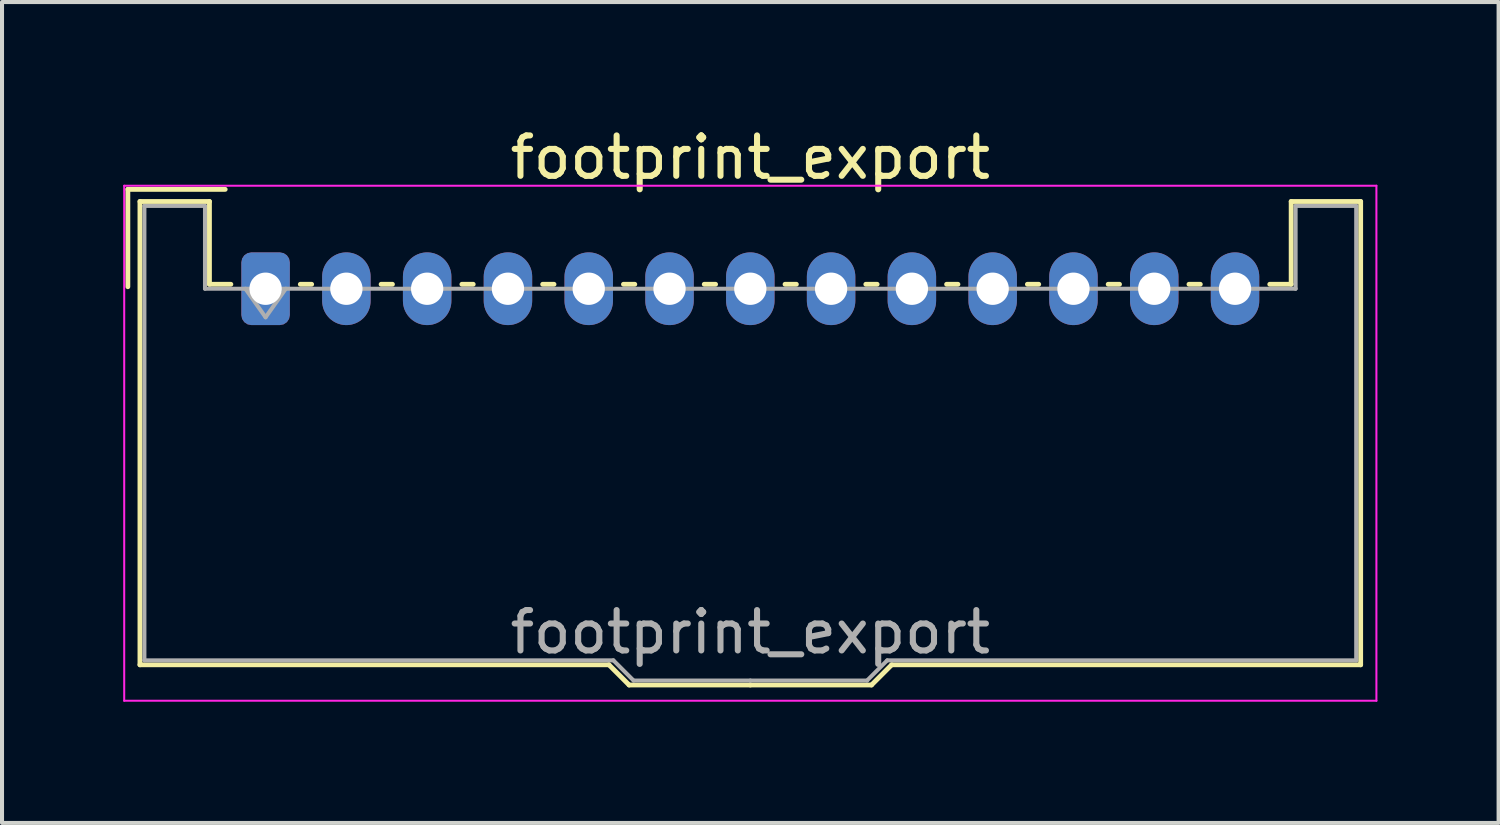
<source format=kicad_pcb>
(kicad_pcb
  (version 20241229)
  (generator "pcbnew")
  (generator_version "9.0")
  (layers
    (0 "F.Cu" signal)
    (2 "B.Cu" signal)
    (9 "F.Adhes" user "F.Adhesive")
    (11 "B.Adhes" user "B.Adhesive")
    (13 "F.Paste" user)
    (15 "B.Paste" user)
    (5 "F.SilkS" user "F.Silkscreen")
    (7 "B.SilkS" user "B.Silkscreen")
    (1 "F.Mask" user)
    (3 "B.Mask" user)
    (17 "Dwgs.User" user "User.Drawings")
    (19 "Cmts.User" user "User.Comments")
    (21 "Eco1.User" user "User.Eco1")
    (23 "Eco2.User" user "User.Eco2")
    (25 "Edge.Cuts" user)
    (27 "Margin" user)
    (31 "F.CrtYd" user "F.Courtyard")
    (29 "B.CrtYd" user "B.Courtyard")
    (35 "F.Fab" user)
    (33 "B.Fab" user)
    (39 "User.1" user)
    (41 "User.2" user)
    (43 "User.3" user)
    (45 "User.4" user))
  (footprint "footprint_export"
    (layer "F.Cu")
    (at 3.525 4.098)
    (property "Reference" "footprint_export" (at 12 -3.25 0) (layer "F.SilkS") (effects (font (size 1 1) (thickness 0.15))))
    (attr through_hole)
    (fp_line (start -3.41 -2.46) (end -1 -2.46) (stroke (width 0.12) (type solid)) (layer "F.SilkS"))
    (fp_line (start -3.41 -0.05) (end -3.41 -2.46) (stroke (width 0.12) (type solid)) (layer "F.SilkS"))
    (fp_line (start -3.11 -2.16) (end -1.39 -2.16) (stroke (width 0.12) (type solid)) (layer "F.SilkS"))
    (fp_line (start -3.11 9.31) (end -3.11 -2.16) (stroke (width 0.12) (type solid)) (layer "F.SilkS"))
    (fp_line (start -1.39 -2.16) (end -1.39 -0.11) (stroke (width 0.12) (type solid)) (layer "F.SilkS"))
    (fp_line (start -1.39 -0.11) (end -0.86 -0.11) (stroke (width 0.12) (type solid)) (layer "F.SilkS"))
    (fp_line (start 0.86 -0.11) (end 1.14 -0.11) (stroke (width 0.12) (type solid)) (layer "F.SilkS"))
    (fp_line (start 2.86 -0.11) (end 3.14 -0.11) (stroke (width 0.12) (type solid)) (layer "F.SilkS"))
    (fp_line (start 4.86 -0.11) (end 5.14 -0.11) (stroke (width 0.12) (type solid)) (layer "F.SilkS"))
    (fp_line (start 6.86 -0.11) (end 7.14 -0.11) (stroke (width 0.12) (type solid)) (layer "F.SilkS"))
    (fp_line (start 8.5 9.31) (end -3.11 9.31) (stroke (width 0.12) (type solid)) (layer "F.SilkS"))
    (fp_line (start 8.86 -0.11) (end 9.14 -0.11) (stroke (width 0.12) (type solid)) (layer "F.SilkS"))
    (fp_line (start 9 9.81) (end 8.5 9.31) (stroke (width 0.12) (type solid)) (layer "F.SilkS"))
    (fp_line (start 10.86 -0.11) (end 11.14 -0.11) (stroke (width 0.12) (type solid)) (layer "F.SilkS"))
    (fp_line (start 12 9.81) (end 9 9.81) (stroke (width 0.12) (type solid)) (layer "F.SilkS"))
    (fp_line (start 12 9.81) (end 15 9.81) (stroke (width 0.12) (type solid)) (layer "F.SilkS"))
    (fp_line (start 12.86 -0.11) (end 13.14 -0.11) (stroke (width 0.12) (type solid)) (layer "F.SilkS"))
    (fp_line (start 14.86 -0.11) (end 15.14 -0.11) (stroke (width 0.12) (type solid)) (layer "F.SilkS"))
    (fp_line (start 15 9.81) (end 15.5 9.31) (stroke (width 0.12) (type solid)) (layer "F.SilkS"))
    (fp_line (start 15.5 9.31) (end 27.11 9.31) (stroke (width 0.12) (type solid)) (layer "F.SilkS"))
    (fp_line (start 16.86 -0.11) (end 17.14 -0.11) (stroke (width 0.12) (type solid)) (layer "F.SilkS"))
    (fp_line (start 18.86 -0.11) (end 19.14 -0.11) (stroke (width 0.12) (type solid)) (layer "F.SilkS"))
    (fp_line (start 20.86 -0.11) (end 21.14 -0.11) (stroke (width 0.12) (type solid)) (layer "F.SilkS"))
    (fp_line (start 22.86 -0.11) (end 23.14 -0.11) (stroke (width 0.12) (type solid)) (layer "F.SilkS"))
    (fp_line (start 25.39 -2.16) (end 25.39 -0.11) (stroke (width 0.12) (type solid)) (layer "F.SilkS"))
    (fp_line (start 25.39 -0.11) (end 24.86 -0.11) (stroke (width 0.12) (type solid)) (layer "F.SilkS"))
    (fp_line (start 27.11 -2.16) (end 25.39 -2.16) (stroke (width 0.12) (type solid)) (layer "F.SilkS"))
    (fp_line (start 27.11 9.31) (end 27.11 -2.16) (stroke (width 0.12) (type solid)) (layer "F.SilkS"))
    (fp_line (start -3.5 -2.55) (end -3.5 10.2) (stroke (width 0.05) (type solid)) (layer "F.CrtYd"))
    (fp_line (start -3.5 10.2) (end 27.5 10.2) (stroke (width 0.05) (type solid)) (layer "F.CrtYd"))
    (fp_line (start 27.5 -2.55) (end -3.5 -2.55) (stroke (width 0.05) (type solid)) (layer "F.CrtYd"))
    (fp_line (start 27.5 10.2) (end 27.5 -2.55) (stroke (width 0.05) (type solid)) (layer "F.CrtYd"))
    (fp_line (start -3 -2.05) (end -1.5 -2.05) (stroke (width 0.1) (type solid)) (layer "F.Fab"))
    (fp_line (start -3 9.2) (end -3 -2.05) (stroke (width 0.1) (type solid)) (layer "F.Fab"))
    (fp_line (start -1.5 -2.05) (end -1.5 0) (stroke (width 0.1) (type solid)) (layer "F.Fab"))
    (fp_line (start -1.5 0) (end 12 0) (stroke (width 0.1) (type solid)) (layer "F.Fab"))
    (fp_line (start -0.5 0) (end 0 0.707) (stroke (width 0.1) (type solid)) (layer "F.Fab"))
    (fp_line (start 0 0.707) (end 0.5 0) (stroke (width 0.1) (type solid)) (layer "F.Fab"))
    (fp_line (start 8.61 9.2) (end -3 9.2) (stroke (width 0.1) (type solid)) (layer "F.Fab"))
    (fp_line (start 9.11 9.7) (end 8.61 9.2) (stroke (width 0.1) (type solid)) (layer "F.Fab"))
    (fp_line (start 12 9.7) (end 9.11 9.7) (stroke (width 0.1) (type solid)) (layer "F.Fab"))
    (fp_line (start 12 9.7) (end 14.89 9.7) (stroke (width 0.1) (type solid)) (layer "F.Fab"))
    (fp_line (start 14.89 9.7) (end 15.39 9.2) (stroke (width 0.1) (type solid)) (layer "F.Fab"))
    (fp_line (start 15.39 9.2) (end 27 9.2) (stroke (width 0.1) (type solid)) (layer "F.Fab"))
    (fp_line (start 25.5 -2.05) (end 25.5 0) (stroke (width 0.1) (type solid)) (layer "F.Fab"))
    (fp_line (start 25.5 0) (end 12 0) (stroke (width 0.1) (type solid)) (layer "F.Fab"))
    (fp_line (start 27 -2.05) (end 25.5 -2.05) (stroke (width 0.1) (type solid)) (layer "F.Fab"))
    (fp_line (start 27 9.2) (end 27 -2.05) (stroke (width 0.1) (type solid)) (layer "F.Fab"))
    (fp_text user "${REFERENCE}" (at 12 8.5 0) (layer "F.Fab") (effects (font (size 1 1) (thickness 0.15))))
    (pad "1" thru_hole roundrect (at 0 0) (size 1.2 1.8) (drill 0.8) (layers "*.Cu" "*.Mask") (roundrect_rratio 0.208))
    (pad "2" thru_hole oval (at 2 0) (size 1.2 1.8) (drill 0.8) (layers "*.Cu" "*.Mask"))
    (pad "3" thru_hole oval (at 4 0) (size 1.2 1.8) (drill 0.8) (layers "*.Cu" "*.Mask"))
    (pad "4" thru_hole oval (at 6 0) (size 1.2 1.8) (drill 0.8) (layers "*.Cu" "*.Mask"))
    (pad "5" thru_hole oval (at 8 0) (size 1.2 1.8) (drill 0.8) (layers "*.Cu" "*.Mask"))
    (pad "6" thru_hole oval (at 10 0) (size 1.2 1.8) (drill 0.8) (layers "*.Cu" "*.Mask"))
    (pad "7" thru_hole oval (at 12 0) (size 1.2 1.8) (drill 0.8) (layers "*.Cu" "*.Mask"))
    (pad "8" thru_hole oval (at 14 0) (size 1.2 1.8) (drill 0.8) (layers "*.Cu" "*.Mask"))
    (pad "9" thru_hole oval (at 16 0) (size 1.2 1.8) (drill 0.8) (layers "*.Cu" "*.Mask"))
    (pad "10" thru_hole oval (at 18 0) (size 1.2 1.8) (drill 0.8) (layers "*.Cu" "*.Mask"))
    (pad "11" thru_hole oval (at 20 0) (size 1.2 1.8) (drill 0.8) (layers "*.Cu" "*.Mask"))
    (pad "12" thru_hole oval (at 22 0) (size 1.2 1.8) (drill 0.8) (layers "*.Cu" "*.Mask"))
    (pad "13" thru_hole oval (at 24 0) (size 1.2 1.8) (drill 0.8) (layers "*.Cu" "*.Mask")))
  (gr_rect
    (start -3 -3)
    (end 34.05 17.323)
    (stroke (width 0.1) (type default))
    (fill no)
    (layer "Edge.Cuts")))
</source>
